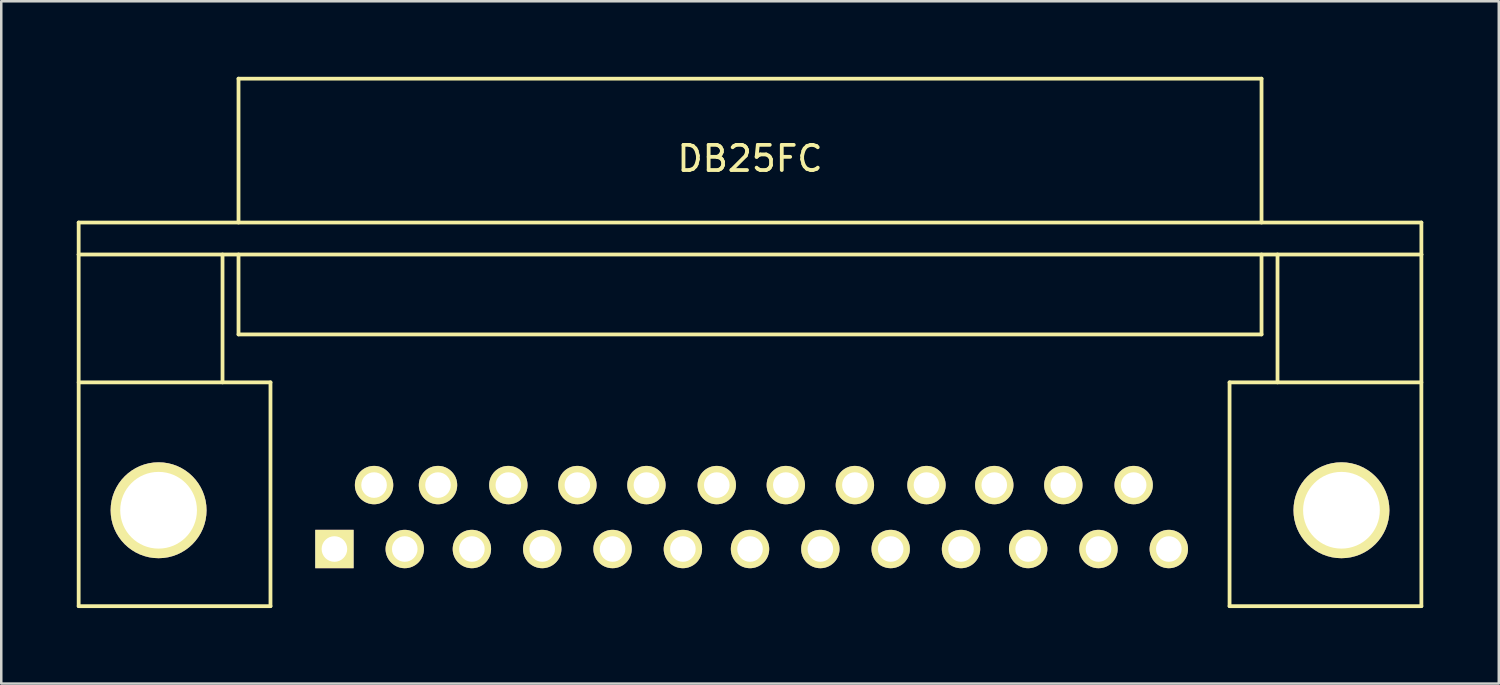
<source format=kicad_pcb>
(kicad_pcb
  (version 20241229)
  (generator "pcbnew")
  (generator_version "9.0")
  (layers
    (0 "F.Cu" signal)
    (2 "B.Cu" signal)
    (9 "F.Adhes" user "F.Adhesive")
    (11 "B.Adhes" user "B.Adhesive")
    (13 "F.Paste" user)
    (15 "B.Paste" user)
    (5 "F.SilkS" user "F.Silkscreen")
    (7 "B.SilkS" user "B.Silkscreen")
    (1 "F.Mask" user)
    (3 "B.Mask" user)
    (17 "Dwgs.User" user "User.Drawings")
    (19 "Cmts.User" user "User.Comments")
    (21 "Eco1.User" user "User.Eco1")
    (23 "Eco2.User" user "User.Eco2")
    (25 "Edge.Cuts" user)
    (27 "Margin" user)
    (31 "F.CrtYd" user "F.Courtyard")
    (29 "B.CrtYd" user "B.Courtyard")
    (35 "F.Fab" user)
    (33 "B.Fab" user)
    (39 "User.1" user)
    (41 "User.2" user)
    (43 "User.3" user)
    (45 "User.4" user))
  (footprint "DB25FC"
    (layer "F.Cu")
    (at 26.745 18.49)
    (property "Reference" "DB25FC" (at 0 -15.24 0) (layer "F.SilkS") (effects (font (size 1 1) (thickness 0.15))))
    (attr through_hole)
    (fp_line (start -26.67 -12.7) (end -26.67 -11.43) (stroke (width 0.15) (type solid)) (layer "F.SilkS"))
    (fp_line (start -26.67 -11.43) (end 26.67 -11.43) (stroke (width 0.15) (type solid)) (layer "F.SilkS"))
    (fp_line (start -26.67 -6.35) (end -19.05 -6.35) (stroke (width 0.15) (type solid)) (layer "F.SilkS"))
    (fp_line (start -26.67 2.54) (end -26.67 -11.43) (stroke (width 0.15) (type solid)) (layer "F.SilkS"))
    (fp_line (start -26.67 2.54) (end -19.05 2.54) (stroke (width 0.15) (type solid)) (layer "F.SilkS"))
    (fp_line (start -20.955 -11.43) (end -20.955 -6.35) (stroke (width 0.15) (type solid)) (layer "F.SilkS"))
    (fp_line (start -20.32 -18.415) (end -20.32 -12.7) (stroke (width 0.15) (type solid)) (layer "F.SilkS"))
    (fp_line (start -20.32 -18.415) (end 20.32 -18.415) (stroke (width 0.15) (type solid)) (layer "F.SilkS"))
    (fp_line (start -20.32 -8.255) (end -20.32 -11.43) (stroke (width 0.15) (type solid)) (layer "F.SilkS"))
    (fp_line (start -20.32 -8.255) (end 20.32 -8.255) (stroke (width 0.15) (type solid)) (layer "F.SilkS"))
    (fp_line (start -19.05 -6.35) (end -19.05 2.54) (stroke (width 0.15) (type solid)) (layer "F.SilkS"))
    (fp_line (start 19.05 -6.35) (end 19.05 2.54) (stroke (width 0.15) (type solid)) (layer "F.SilkS"))
    (fp_line (start 19.05 2.54) (end 26.67 2.54) (stroke (width 0.15) (type solid)) (layer "F.SilkS"))
    (fp_line (start 20.32 -18.415) (end 20.32 -12.7) (stroke (width 0.15) (type solid)) (layer "F.SilkS"))
    (fp_line (start 20.32 -8.255) (end 20.32 -11.43) (stroke (width 0.15) (type solid)) (layer "F.SilkS"))
    (fp_line (start 20.955 -11.43) (end 20.955 -6.35) (stroke (width 0.15) (type solid)) (layer "F.SilkS"))
    (fp_line (start 26.67 -12.7) (end -26.67 -12.7) (stroke (width 0.15) (type solid)) (layer "F.SilkS"))
    (fp_line (start 26.67 -11.43) (end 26.67 -12.7) (stroke (width 0.15) (type solid)) (layer "F.SilkS"))
    (fp_line (start 26.67 -11.43) (end 26.67 2.54) (stroke (width 0.15) (type solid)) (layer "F.SilkS"))
    (fp_line (start 26.67 -6.35) (end 19.05 -6.35) (stroke (width 0.15) (type solid)) (layer "F.SilkS"))
    (pad "" thru_hole circle (at -23.495 -1.27) (size 3.81 3.81) (drill 3.048) (layers "*.Cu" "*.Mask" "F.SilkS"))
    (pad "" thru_hole circle (at 23.495 -1.27) (size 3.81 3.81) (drill 3.048) (layers "*.Cu" "*.Mask" "F.SilkS"))
    (pad "1" thru_hole rect (at -16.51 0.27) (size 1.524 1.524) (drill 1.016) (layers "*.Cu" "*.Mask" "F.SilkS"))
    (pad "2" thru_hole circle (at -13.716 0.27) (size 1.524 1.524) (drill 1.016) (layers "*.Cu" "*.Mask" "F.SilkS"))
    (pad "3" thru_hole circle (at -11.049 0.27) (size 1.524 1.524) (drill 1.016) (layers "*.Cu" "*.Mask" "F.SilkS"))
    (pad "4" thru_hole circle (at -8.255 0.27) (size 1.524 1.524) (drill 1.016) (layers "*.Cu" "*.Mask" "F.SilkS"))
    (pad "5" thru_hole circle (at -5.461 0.27) (size 1.524 1.524) (drill 1.016) (layers "*.Cu" "*.Mask" "F.SilkS"))
    (pad "6" thru_hole circle (at -2.667 0.27) (size 1.524 1.524) (drill 1.016) (layers "*.Cu" "*.Mask" "F.SilkS"))
    (pad "7" thru_hole circle (at 0 0.27) (size 1.524 1.524) (drill 1.016) (layers "*.Cu" "*.Mask" "F.SilkS"))
    (pad "8" thru_hole circle (at 2.794 0.27) (size 1.524 1.524) (drill 1.016) (layers "*.Cu" "*.Mask" "F.SilkS"))
    (pad "9" thru_hole circle (at 5.588 0.27) (size 1.524 1.524) (drill 1.016) (layers "*.Cu" "*.Mask" "F.SilkS"))
    (pad "10" thru_hole circle (at 8.382 0.27) (size 1.524 1.524) (drill 1.016) (layers "*.Cu" "*.Mask" "F.SilkS"))
    (pad "11" thru_hole circle (at 11.049 0.27) (size 1.524 1.524) (drill 1.016) (layers "*.Cu" "*.Mask" "F.SilkS"))
    (pad "12" thru_hole circle (at 13.843 0.27) (size 1.524 1.524) (drill 1.016) (layers "*.Cu" "*.Mask" "F.SilkS"))
    (pad "13" thru_hole circle (at 16.637 0.27) (size 1.524 1.524) (drill 1.016) (layers "*.Cu" "*.Mask" "F.SilkS"))
    (pad "14" thru_hole circle (at -14.935 -2.27) (size 1.524 1.524) (drill 1.016) (layers "*.Cu" "*.Mask" "F.SilkS"))
    (pad "15" thru_hole circle (at -12.395 -2.27) (size 1.524 1.524) (drill 1.016) (layers "*.Cu" "*.Mask" "F.SilkS"))
    (pad "16" thru_hole circle (at -9.601 -2.27) (size 1.524 1.524) (drill 1.016) (layers "*.Cu" "*.Mask" "F.SilkS"))
    (pad "17" thru_hole circle (at -6.858 -2.27) (size 1.524 1.524) (drill 1.016) (layers "*.Cu" "*.Mask" "F.SilkS"))
    (pad "18" thru_hole circle (at -4.115 -2.27) (size 1.524 1.524) (drill 1.016) (layers "*.Cu" "*.Mask" "F.SilkS"))
    (pad "19" thru_hole circle (at -1.321 -2.27) (size 1.524 1.524) (drill 1.016) (layers "*.Cu" "*.Mask" "F.SilkS"))
    (pad "20" thru_hole circle (at 1.422 -2.27) (size 1.524 1.524) (drill 1.016) (layers "*.Cu" "*.Mask" "F.SilkS"))
    (pad "21" thru_hole circle (at 4.166 -2.27) (size 1.524 1.524) (drill 1.016) (layers "*.Cu" "*.Mask" "F.SilkS"))
    (pad "22" thru_hole circle (at 7.01 -2.27) (size 1.524 1.524) (drill 1.016) (layers "*.Cu" "*.Mask" "F.SilkS"))
    (pad "23" thru_hole circle (at 9.703 -2.27) (size 1.524 1.524) (drill 1.016) (layers "*.Cu" "*.Mask" "F.SilkS"))
    (pad "24" thru_hole circle (at 12.446 -2.27) (size 1.524 1.524) (drill 1.016) (layers "*.Cu" "*.Mask" "F.SilkS"))
    (pad "25" thru_hole circle (at 15.24 -2.27) (size 1.524 1.524) (drill 1.016) (layers "*.Cu" "*.Mask" "F.SilkS")))
  (gr_rect
    (start -3 -3)
    (end 56.49 24.105)
    (stroke (width 0.1) (type default))
    (fill no)
    (layer "Edge.Cuts")))
</source>
